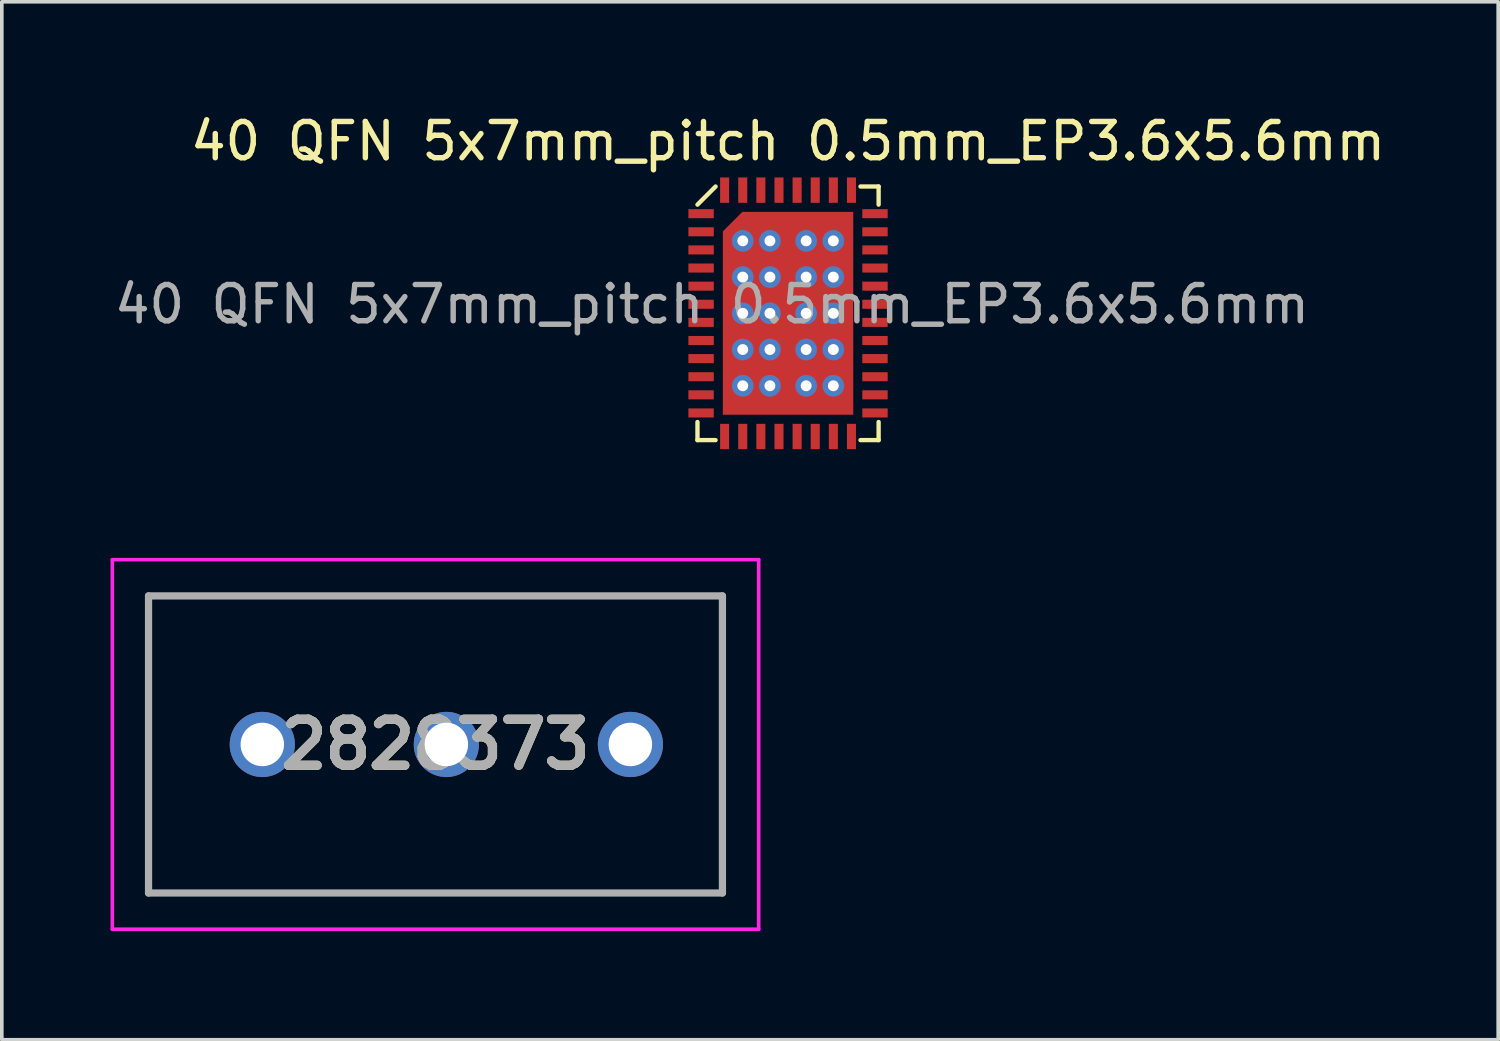
<source format=kicad_pcb>
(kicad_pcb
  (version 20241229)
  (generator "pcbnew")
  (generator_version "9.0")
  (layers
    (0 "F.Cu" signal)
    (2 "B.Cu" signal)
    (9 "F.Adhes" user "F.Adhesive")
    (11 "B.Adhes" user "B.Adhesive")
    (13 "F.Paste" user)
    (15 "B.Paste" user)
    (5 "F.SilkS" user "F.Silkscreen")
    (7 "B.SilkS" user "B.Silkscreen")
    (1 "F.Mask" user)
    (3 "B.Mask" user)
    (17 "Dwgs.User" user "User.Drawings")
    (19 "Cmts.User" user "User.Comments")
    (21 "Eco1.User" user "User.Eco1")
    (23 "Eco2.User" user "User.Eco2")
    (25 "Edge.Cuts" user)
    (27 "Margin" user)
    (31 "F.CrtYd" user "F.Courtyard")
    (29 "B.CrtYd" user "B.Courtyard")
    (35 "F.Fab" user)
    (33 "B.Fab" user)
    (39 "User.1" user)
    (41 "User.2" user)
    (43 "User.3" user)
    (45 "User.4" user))
  (footprint "40 QFN 5x7mm_pitch 0.5mm_EP3.6x5.6mm"
    (layer "F.Cu")
    (at 18.701 5.598)
    (property "Reference" "40 QFN 5x7mm_pitch 0.5mm_EP3.6x5.6mm" (at 0 -4.75 0) (unlocked yes) (layer "F.SilkS") (effects (font (size 1 1) (thickness 0.15))))
    (attr smd)
    (fp_line (start -2.5 -3) (end -2 -3.5) (stroke (width 0.12) (type solid)) (layer "F.SilkS"))
    (fp_line (start -2.5 3.5) (end -2.5 3) (stroke (width 0.12) (type solid)) (layer "F.SilkS"))
    (fp_line (start -2 3.5) (end -2.5 3.5) (stroke (width 0.12) (type solid)) (layer "F.SilkS"))
    (fp_line (start 2 -3.5) (end 2.5 -3.5) (stroke (width 0.12) (type solid)) (layer "F.SilkS"))
    (fp_line (start 2.5 -3.5) (end 2.5 -3) (stroke (width 0.12) (type solid)) (layer "F.SilkS"))
    (fp_line (start 2.5 3) (end 2.5 3.5) (stroke (width 0.12) (type solid)) (layer "F.SilkS"))
    (fp_line (start 2.5 3.5) (end 2 3.5) (stroke (width 0.12) (type solid)) (layer "F.SilkS"))
    (fp_text user "${REFERENCE}" (at -2.1 -0.25 0) (unlocked yes) (layer "F.Fab") (effects (font (size 1 1) (thickness 0.15))))
    (pad "1" smd rect (at -2.4 -2.75) (size 0.7 0.25) (layers "F.Cu" "F.Mask" "F.Paste"))
    (pad "2" smd rect (at -2.4 -2.25) (size 0.7 0.25) (layers "F.Cu" "F.Mask" "F.Paste"))
    (pad "3" smd rect (at -2.4 -1.75) (size 0.7 0.25) (layers "F.Cu" "F.Mask" "F.Paste"))
    (pad "4" smd rect (at -2.4 -1.25) (size 0.7 0.25) (layers "F.Cu" "F.Mask" "F.Paste"))
    (pad "5" smd rect (at -2.4 -0.75) (size 0.7 0.25) (layers "F.Cu" "F.Mask" "F.Paste"))
    (pad "6" smd rect (at -2.4 -0.25) (size 0.7 0.25) (layers "F.Cu" "F.Mask" "F.Paste"))
    (pad "7" smd rect (at -2.4 0.25) (size 0.7 0.25) (layers "F.Cu" "F.Mask" "F.Paste"))
    (pad "8" smd rect (at -2.4 0.75) (size 0.7 0.25) (layers "F.Cu" "F.Mask" "F.Paste"))
    (pad "9" smd rect (at -2.4 1.25) (size 0.7 0.25) (layers "F.Cu" "F.Mask" "F.Paste"))
    (pad "10" smd rect (at -2.4 1.75) (size 0.7 0.25) (layers "F.Cu" "F.Mask" "F.Paste"))
    (pad "11" smd rect (at -2.4 2.25) (size 0.7 0.25) (layers "F.Cu" "F.Mask" "F.Paste"))
    (pad "12" smd rect (at -2.4 2.75) (size 0.7 0.25) (layers "F.Cu" "F.Mask" "F.Paste"))
    (pad "13" smd rect (at -1.75 3.4) (size 0.25 0.7) (layers "F.Cu" "F.Mask" "F.Paste"))
    (pad "14" smd rect (at -1.25 3.4) (size 0.25 0.7) (layers "F.Cu" "F.Mask" "F.Paste"))
    (pad "15" smd rect (at -0.75 3.4) (size 0.25 0.7) (layers "F.Cu" "F.Mask" "F.Paste"))
    (pad "16" smd rect (at -0.25 3.4) (size 0.25 0.7) (layers "F.Cu" "F.Mask" "F.Paste"))
    (pad "17" smd rect (at 0.25 3.4) (size 0.25 0.7) (layers "F.Cu" "F.Mask" "F.Paste"))
    (pad "18" smd rect (at 0.75 3.4) (size 0.25 0.7) (layers "F.Cu" "F.Mask" "F.Paste"))
    (pad "19" smd rect (at 1.25 3.4) (size 0.25 0.7) (layers "F.Cu" "F.Mask" "F.Paste"))
    (pad "20" smd rect (at 1.75 3.4) (size 0.25 0.7) (layers "F.Cu" "F.Mask" "F.Paste"))
    (pad "21" smd rect (at 2.4 2.75) (size 0.7 0.25) (layers "F.Cu" "F.Mask" "F.Paste"))
    (pad "22" smd rect (at 2.4 2.25) (size 0.7 0.25) (layers "F.Cu" "F.Mask" "F.Paste"))
    (pad "23" smd rect (at 2.4 1.75) (size 0.7 0.25) (layers "F.Cu" "F.Mask" "F.Paste"))
    (pad "24" smd rect (at 2.4 1.25) (size 0.7 0.25) (layers "F.Cu" "F.Mask" "F.Paste"))
    (pad "25" smd rect (at 2.4 0.75) (size 0.7 0.25) (layers "F.Cu" "F.Mask" "F.Paste"))
    (pad "26" smd rect (at 2.4 0.25) (size 0.7 0.25) (layers "F.Cu" "F.Mask" "F.Paste"))
    (pad "27" smd rect (at 2.4 -0.25) (size 0.7 0.25) (layers "F.Cu" "F.Mask" "F.Paste"))
    (pad "28" smd rect (at 2.4 -0.75) (size 0.7 0.25) (layers "F.Cu" "F.Mask" "F.Paste"))
    (pad "29" smd rect (at 2.4 -1.25) (size 0.7 0.25) (layers "F.Cu" "F.Mask" "F.Paste"))
    (pad "30" smd rect (at 2.4 -1.75) (size 0.7 0.25) (layers "F.Cu" "F.Mask" "F.Paste"))
    (pad "31" smd rect (at 2.4 -2.25) (size 0.7 0.25) (layers "F.Cu" "F.Mask" "F.Paste"))
    (pad "32" smd rect (at 2.4 -2.75) (size 0.7 0.25) (layers "F.Cu" "F.Mask" "F.Paste"))
    (pad "33" smd rect (at 1.75 -3.4) (size 0.25 0.7) (layers "F.Cu" "F.Mask" "F.Paste"))
    (pad "34" smd rect (at 1.25 -3.4) (size 0.25 0.7) (layers "F.Cu" "F.Mask" "F.Paste"))
    (pad "35" smd rect (at 0.75 -3.4) (size 0.25 0.7) (layers "F.Cu" "F.Mask" "F.Paste"))
    (pad "36" smd rect (at 0.25 -3.4) (size 0.25 0.7) (layers "F.Cu" "F.Mask" "F.Paste"))
    (pad "37" smd rect (at -0.25 -3.4) (size 0.25 0.7) (layers "F.Cu" "F.Mask" "F.Paste"))
    (pad "38" smd rect (at -0.75 -3.4) (size 0.25 0.7) (layers "F.Cu" "F.Mask" "F.Paste"))
    (pad "39" smd rect (at -1.25 -3.4) (size 0.25 0.7) (layers "F.Cu" "F.Mask" "F.Paste"))
    (pad "40" smd rect (at -1.75 -3.4) (size 0.25 0.7) (layers "F.Cu" "F.Mask" "F.Paste"))
    (pad "41" thru_hole circle (at -1.25 -2) (size 0.6 0.6) (drill 0.3) (layers "*.Cu" "*.Mask"))
    (pad "41" thru_hole circle (at -1.25 -1) (size 0.6 0.6) (drill 0.3) (layers "*.Cu" "*.Mask"))
    (pad "41" thru_hole circle (at -1.25 0) (size 0.6 0.6) (drill 0.3) (layers "*.Cu" "*.Mask"))
    (pad "41" thru_hole circle (at -1.25 1) (size 0.6 0.6) (drill 0.3) (layers "*.Cu" "*.Mask"))
    (pad "41" thru_hole circle (at -1.25 2) (size 0.6 0.6) (drill 0.3) (layers "*.Cu" "*.Mask"))
    (pad "41" thru_hole circle (at -0.5 -2) (size 0.6 0.6) (drill 0.3) (layers "*.Cu" "*.Mask"))
    (pad "41" thru_hole circle (at -0.5 -1) (size 0.6 0.6) (drill 0.3) (layers "*.Cu" "*.Mask"))
    (pad "41" thru_hole circle (at -0.5 0) (size 0.6 0.6) (drill 0.3) (layers "*.Cu" "*.Mask"))
    (pad "41" thru_hole circle (at -0.5 1) (size 0.6 0.6) (drill 0.3) (layers "*.Cu" "*.Mask"))
    (pad "41" thru_hole circle (at -0.5 2) (size 0.6 0.6) (drill 0.3) (layers "*.Cu" "*.Mask"))
    (pad "41" smd roundrect (at 0 0) (size 3.6 5.6) (layers "F.Cu" "F.Mask" "F.Paste") (roundrect_rratio 0) (chamfer_ratio 0.15) (chamfer top_left))
    (pad "41" thru_hole circle (at 0.5 -2) (size 0.6 0.6) (drill 0.3) (layers "*.Cu" "*.Mask"))
    (pad "41" thru_hole circle (at 0.5 -1) (size 0.6 0.6) (drill 0.3) (layers "*.Cu" "*.Mask"))
    (pad "41" thru_hole circle (at 0.5 0) (size 0.6 0.6) (drill 0.3) (layers "*.Cu" "*.Mask"))
    (pad "41" thru_hole circle (at 0.5 1) (size 0.6 0.6) (drill 0.3) (layers "*.Cu" "*.Mask"))
    (pad "41" thru_hole circle (at 0.5 2) (size 0.6 0.6) (drill 0.3) (layers "*.Cu" "*.Mask"))
    (pad "41" thru_hole circle (at 1.25 -2) (size 0.6 0.6) (drill 0.3) (layers "*.Cu" "*.Mask"))
    (pad "41" thru_hole circle (at 1.25 -1) (size 0.6 0.6) (drill 0.3) (layers "*.Cu" "*.Mask"))
    (pad "41" thru_hole circle (at 1.25 0) (size 0.6 0.6) (drill 0.3) (layers "*.Cu" "*.Mask"))
    (pad "41" thru_hole circle (at 1.25 1) (size 0.6 0.6) (drill 0.3) (layers "*.Cu" "*.Mask"))
    (pad "41" thru_hole circle (at 1.25 2) (size 0.6 0.6) (drill 0.3) (layers "*.Cu" "*.Mask")))
  (footprint "2828373"
    (layer "F.Cu")
    (at 4.19 17.498)
    (property "Reference" "2828373" (at 4.78 0 0) (layer "F.SilkS") (effects (font (size 1.27 1.27) (thickness 0.254))))
    (attr through_hole)
    (fp_line (start -3.14 -4.1) (end 12.7 -4.1) (stroke (width 0.1) (type solid)) (layer "F.SilkS"))
    (fp_line (start -3.14 4.1) (end -3.14 -4.1) (stroke (width 0.1) (type solid)) (layer "F.SilkS"))
    (fp_line (start 12.7 -4.1) (end 12.7 4.1) (stroke (width 0.1) (type solid)) (layer "F.SilkS"))
    (fp_line (start 12.7 4.1) (end -3.14 4.1) (stroke (width 0.1) (type solid)) (layer "F.SilkS"))
    (fp_line (start -4.14 -5.1) (end 13.7 -5.1) (stroke (width 0.1) (type solid)) (layer "F.CrtYd"))
    (fp_line (start -4.14 5.1) (end -4.14 -5.1) (stroke (width 0.1) (type solid)) (layer "F.CrtYd"))
    (fp_line (start 13.7 -5.1) (end 13.7 5.1) (stroke (width 0.1) (type solid)) (layer "F.CrtYd"))
    (fp_line (start 13.7 5.1) (end -4.14 5.1) (stroke (width 0.1) (type solid)) (layer "F.CrtYd"))
    (fp_line (start -3.14 -4.1) (end 12.7 -4.1) (stroke (width 0.2) (type solid)) (layer "F.Fab"))
    (fp_line (start -3.14 4.1) (end -3.14 -4.1) (stroke (width 0.2) (type solid)) (layer "F.Fab"))
    (fp_line (start 12.7 -4.1) (end 12.7 4.1) (stroke (width 0.2) (type solid)) (layer "F.Fab"))
    (fp_line (start 12.7 4.1) (end -3.14 4.1) (stroke (width 0.2) (type solid)) (layer "F.Fab"))
    (fp_text user "${REFERENCE}" (at 4.78 0 0) (layer "F.Fab") (effects (font (size 1.27 1.27) (thickness 0.254))))
    (pad "1" thru_hole circle (at 0 0) (size 1.8 1.8) (drill 1.2) (layers "*.Cu" "*.Mask"))
    (pad "2" thru_hole circle (at 5.08 0) (size 1.8 1.8) (drill 1.2) (layers "*.Cu" "*.Mask"))
    (pad "3" thru_hole circle (at 10.16 0) (size 1.8 1.8) (drill 1.2) (layers "*.Cu" "*.Mask")))
  (gr_rect
    (start -3 -3)
    (end 38.302 25.648)
    (stroke (width 0.1) (type default))
    (fill no)
    (layer "Edge.Cuts")))
</source>
